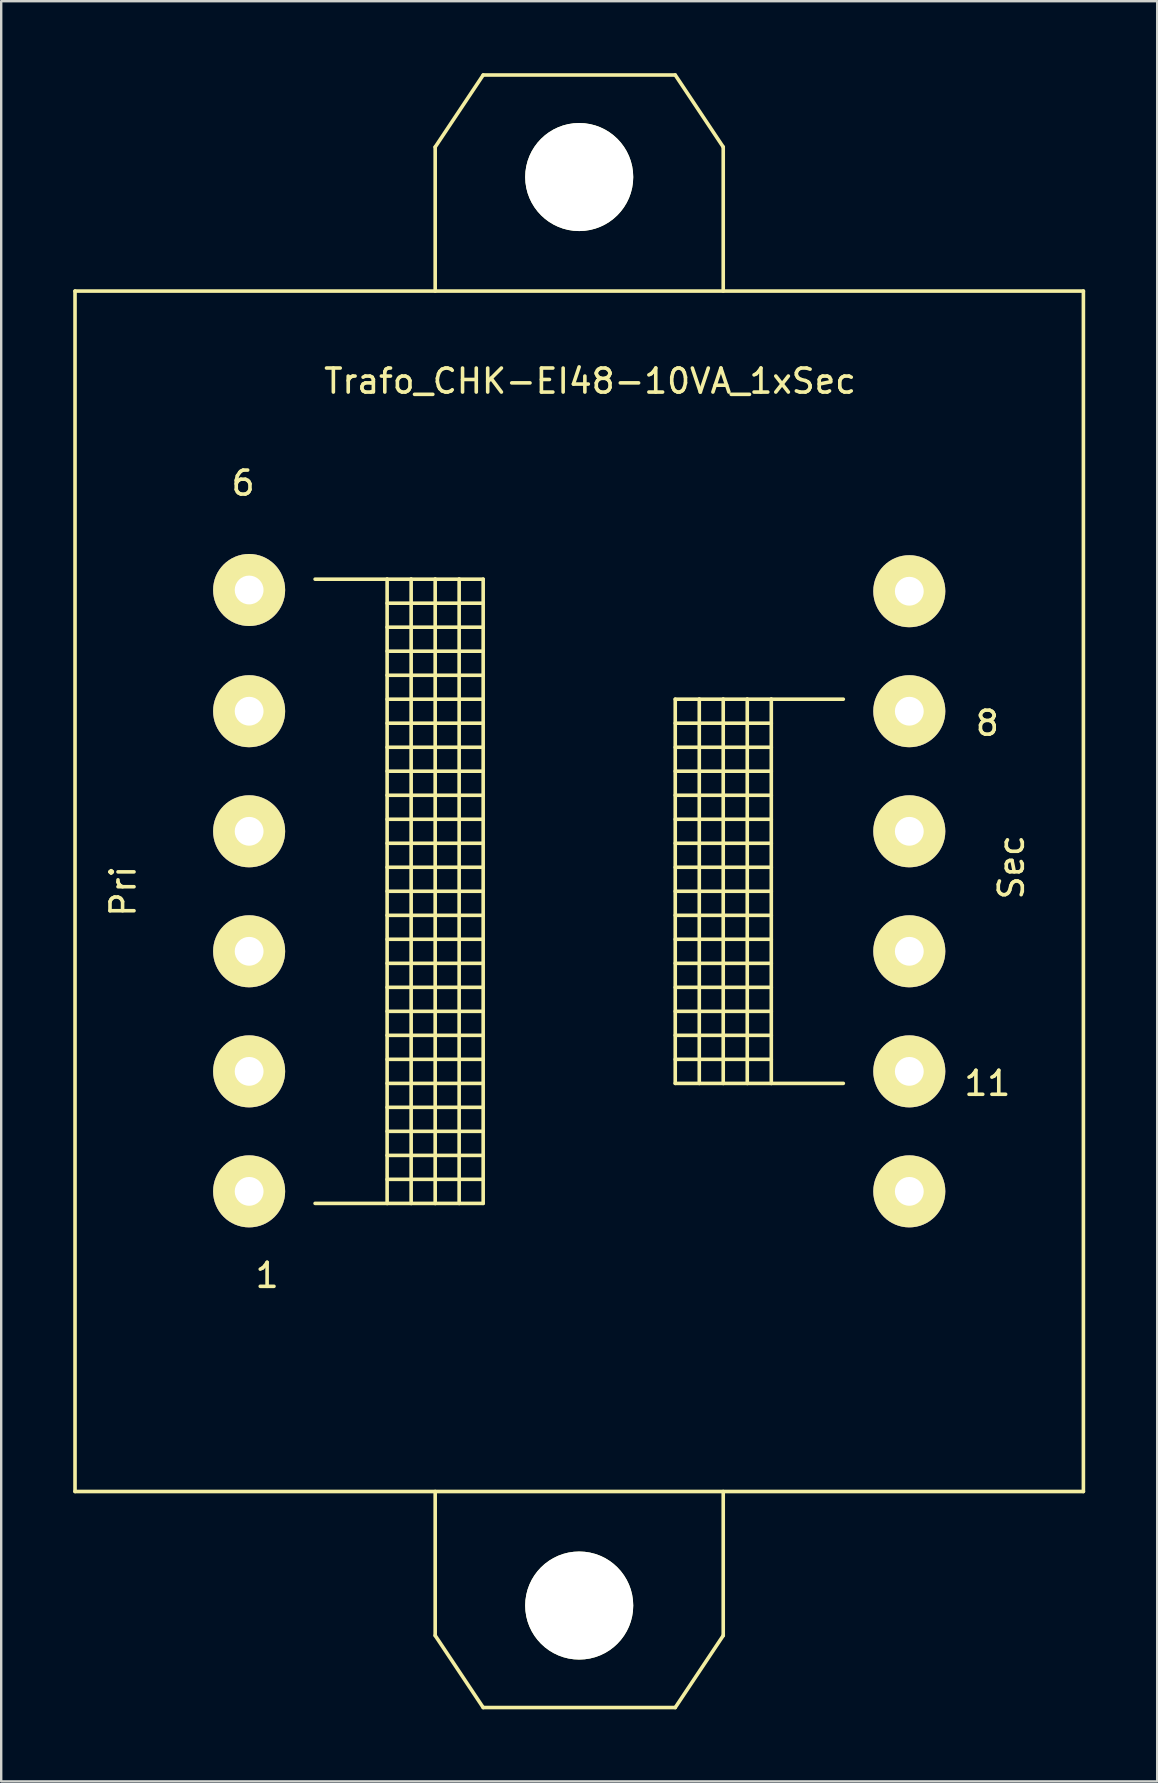
<source format=kicad_pcb>
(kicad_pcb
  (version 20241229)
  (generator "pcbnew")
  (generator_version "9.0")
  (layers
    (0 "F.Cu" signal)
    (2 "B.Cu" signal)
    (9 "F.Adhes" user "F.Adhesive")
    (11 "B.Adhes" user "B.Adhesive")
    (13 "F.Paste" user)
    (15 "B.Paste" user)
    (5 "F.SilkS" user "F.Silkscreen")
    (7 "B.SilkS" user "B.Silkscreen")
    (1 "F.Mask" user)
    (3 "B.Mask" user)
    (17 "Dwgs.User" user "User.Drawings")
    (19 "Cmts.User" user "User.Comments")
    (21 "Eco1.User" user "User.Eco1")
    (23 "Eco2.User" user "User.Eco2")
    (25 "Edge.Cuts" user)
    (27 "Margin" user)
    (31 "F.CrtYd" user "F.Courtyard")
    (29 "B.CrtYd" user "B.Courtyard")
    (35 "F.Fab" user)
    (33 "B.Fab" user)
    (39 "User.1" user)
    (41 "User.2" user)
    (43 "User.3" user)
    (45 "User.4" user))
  (footprint "Trafo_CHK-EI48-10VA_1xSec"
    (layer "F.Cu")
    (at 21.076 34.075)
    (property "Reference" "Trafo_CHK-EI48-10VA_1xSec" (at 0.45 -21.25 0) (layer "F.SilkS") (effects (font (size 1 1) (thickness 0.15))))
    (attr through_hole)
    (fp_line (start -21.001 -25.001) (end -21.001 25.001) (stroke (width 0.15) (type solid)) (layer "F.SilkS"))
    (fp_line (start -21.001 25.001) (end 21.001 25.001) (stroke (width 0.15) (type solid)) (layer "F.SilkS"))
    (fp_line (start -11.001 13) (end -8.001 13) (stroke (width 0.15) (type solid)) (layer "F.SilkS"))
    (fp_line (start -8.001 -13) (end -11.001 -13) (stroke (width 0.15) (type solid)) (layer "F.SilkS"))
    (fp_line (start -8.001 -13) (end -7 -13) (stroke (width 0.15) (type solid)) (layer "F.SilkS"))
    (fp_line (start -8.001 -11.999) (end -4 -11.999) (stroke (width 0.15) (type solid)) (layer "F.SilkS"))
    (fp_line (start -8.001 -11.001) (end -4 -11.001) (stroke (width 0.15) (type solid)) (layer "F.SilkS"))
    (fp_line (start -8.001 -10) (end -4 -10) (stroke (width 0.15) (type solid)) (layer "F.SilkS"))
    (fp_line (start -8.001 -8.999) (end -4 -8.999) (stroke (width 0.15) (type solid)) (layer "F.SilkS"))
    (fp_line (start -8.001 -8.001) (end -4 -8.001) (stroke (width 0.15) (type solid)) (layer "F.SilkS"))
    (fp_line (start -8.001 -7) (end -4 -7) (stroke (width 0.15) (type solid)) (layer "F.SilkS"))
    (fp_line (start -8.001 -5.999) (end -4 -5.999) (stroke (width 0.15) (type solid)) (layer "F.SilkS"))
    (fp_line (start -8.001 -5.001) (end -4 -5.001) (stroke (width 0.15) (type solid)) (layer "F.SilkS"))
    (fp_line (start -8.001 -4) (end -4 -4) (stroke (width 0.15) (type solid)) (layer "F.SilkS"))
    (fp_line (start -8.001 -3) (end -4 -3) (stroke (width 0.15) (type solid)) (layer "F.SilkS"))
    (fp_line (start -8.001 -1.999) (end -4 -1.999) (stroke (width 0.15) (type solid)) (layer "F.SilkS"))
    (fp_line (start -8.001 -1.001) (end -4 -1.001) (stroke (width 0.15) (type solid)) (layer "F.SilkS"))
    (fp_line (start -8.001 0) (end -4 0) (stroke (width 0.15) (type solid)) (layer "F.SilkS"))
    (fp_line (start -8.001 1.001) (end -4 1.001) (stroke (width 0.15) (type solid)) (layer "F.SilkS"))
    (fp_line (start -8.001 1.999) (end -4 1.999) (stroke (width 0.15) (type solid)) (layer "F.SilkS"))
    (fp_line (start -8.001 3) (end -4 3) (stroke (width 0.15) (type solid)) (layer "F.SilkS"))
    (fp_line (start -8.001 4) (end -4 4) (stroke (width 0.15) (type solid)) (layer "F.SilkS"))
    (fp_line (start -8.001 5.001) (end -4 5.001) (stroke (width 0.15) (type solid)) (layer "F.SilkS"))
    (fp_line (start -8.001 7) (end -4 7) (stroke (width 0.15) (type solid)) (layer "F.SilkS"))
    (fp_line (start -8.001 8.001) (end -4 8.001) (stroke (width 0.15) (type solid)) (layer "F.SilkS"))
    (fp_line (start -8.001 8.999) (end -4 8.999) (stroke (width 0.15) (type solid)) (layer "F.SilkS"))
    (fp_line (start -8.001 10) (end -4 10) (stroke (width 0.15) (type solid)) (layer "F.SilkS"))
    (fp_line (start -8.001 11.999) (end -4 11.999) (stroke (width 0.15) (type solid)) (layer "F.SilkS"))
    (fp_line (start -8.001 13) (end -8.001 -13) (stroke (width 0.15) (type solid)) (layer "F.SilkS"))
    (fp_line (start -7 -13) (end -7 13) (stroke (width 0.15) (type solid)) (layer "F.SilkS"))
    (fp_line (start -7 -13) (end -5.999 -13) (stroke (width 0.15) (type solid)) (layer "F.SilkS"))
    (fp_line (start -7 5.999) (end -8.001 5.999) (stroke (width 0.15) (type solid)) (layer "F.SilkS"))
    (fp_line (start -7 5.999) (end -4 5.999) (stroke (width 0.15) (type solid)) (layer "F.SilkS"))
    (fp_line (start -7 11.001) (end -8.001 11.001) (stroke (width 0.15) (type solid)) (layer "F.SilkS"))
    (fp_line (start -7 11.001) (end -4 11.001) (stroke (width 0.15) (type solid)) (layer "F.SilkS"))
    (fp_line (start -7 13) (end -8.001 13) (stroke (width 0.15) (type solid)) (layer "F.SilkS"))
    (fp_line (start -5.999 -31.001) (end -5.999 -25.001) (stroke (width 0.15) (type solid)) (layer "F.SilkS"))
    (fp_line (start -5.999 -13) (end -5.999 13) (stroke (width 0.15) (type solid)) (layer "F.SilkS"))
    (fp_line (start -5.999 -13) (end -5.001 -13) (stroke (width 0.15) (type solid)) (layer "F.SilkS"))
    (fp_line (start -5.999 13) (end -7 13) (stroke (width 0.15) (type solid)) (layer "F.SilkS"))
    (fp_line (start -5.999 31.001) (end -5.999 25.001) (stroke (width 0.15) (type solid)) (layer "F.SilkS"))
    (fp_line (start -5.001 -13) (end -5.001 13) (stroke (width 0.15) (type solid)) (layer "F.SilkS"))
    (fp_line (start -5.001 -13) (end -4 -13) (stroke (width 0.15) (type solid)) (layer "F.SilkS"))
    (fp_line (start -5.001 13) (end -5.999 13) (stroke (width 0.15) (type solid)) (layer "F.SilkS"))
    (fp_line (start -4 -34) (end -5.999 -31.001) (stroke (width 0.15) (type solid)) (layer "F.SilkS"))
    (fp_line (start -4 -13) (end -4 13) (stroke (width 0.15) (type solid)) (layer "F.SilkS"))
    (fp_line (start -4 13) (end -5.001 13) (stroke (width 0.15) (type solid)) (layer "F.SilkS"))
    (fp_line (start -4 34) (end -5.999 31.001) (stroke (width 0.15) (type solid)) (layer "F.SilkS"))
    (fp_line (start 4 -34) (end -4 -34) (stroke (width 0.15) (type solid)) (layer "F.SilkS"))
    (fp_line (start 4 -8.001) (end 4 8.001) (stroke (width 0.15) (type solid)) (layer "F.SilkS"))
    (fp_line (start 4 -7) (end 8.001 -7) (stroke (width 0.15) (type solid)) (layer "F.SilkS"))
    (fp_line (start 4 -5.999) (end 8.001 -5.999) (stroke (width 0.15) (type solid)) (layer "F.SilkS"))
    (fp_line (start 4 -5.001) (end 8.001 -5.001) (stroke (width 0.15) (type solid)) (layer "F.SilkS"))
    (fp_line (start 4 -4) (end 8.001 -4) (stroke (width 0.15) (type solid)) (layer "F.SilkS"))
    (fp_line (start 4 -3) (end 8.001 -3) (stroke (width 0.15) (type solid)) (layer "F.SilkS"))
    (fp_line (start 4 -1.001) (end 8.001 -1.001) (stroke (width 0.15) (type solid)) (layer "F.SilkS"))
    (fp_line (start 4 0) (end 8.001 0) (stroke (width 0.15) (type solid)) (layer "F.SilkS"))
    (fp_line (start 4 1.001) (end 8.001 1.001) (stroke (width 0.15) (type solid)) (layer "F.SilkS"))
    (fp_line (start 4 1.999) (end 8.001 1.999) (stroke (width 0.15) (type solid)) (layer "F.SilkS"))
    (fp_line (start 4 3) (end 8.001 3) (stroke (width 0.15) (type solid)) (layer "F.SilkS"))
    (fp_line (start 4 4) (end 8.001 4) (stroke (width 0.15) (type solid)) (layer "F.SilkS"))
    (fp_line (start 4 5.001) (end 8.001 5.001) (stroke (width 0.15) (type solid)) (layer "F.SilkS"))
    (fp_line (start 4 5.999) (end 8.001 5.999) (stroke (width 0.15) (type solid)) (layer "F.SilkS"))
    (fp_line (start 4 7) (end 8.001 7) (stroke (width 0.15) (type solid)) (layer "F.SilkS"))
    (fp_line (start 4 8.001) (end 5.001 8.001) (stroke (width 0.15) (type solid)) (layer "F.SilkS"))
    (fp_line (start 4 34) (end -4 34) (stroke (width 0.15) (type solid)) (layer "F.SilkS"))
    (fp_line (start 5.001 -8.001) (end 4 -8.001) (stroke (width 0.15) (type solid)) (layer "F.SilkS"))
    (fp_line (start 5.001 -8.001) (end 5.001 8.001) (stroke (width 0.15) (type solid)) (layer "F.SilkS"))
    (fp_line (start 5.001 -1.999) (end 4 -1.999) (stroke (width 0.15) (type solid)) (layer "F.SilkS"))
    (fp_line (start 5.001 -1.999) (end 8.001 -1.999) (stroke (width 0.15) (type solid)) (layer "F.SilkS"))
    (fp_line (start 5.001 8.001) (end 5.999 8.001) (stroke (width 0.15) (type solid)) (layer "F.SilkS"))
    (fp_line (start 5.999 -31.001) (end 4 -34) (stroke (width 0.15) (type solid)) (layer "F.SilkS"))
    (fp_line (start 5.999 -25.001) (end 5.999 -31.001) (stroke (width 0.15) (type solid)) (layer "F.SilkS"))
    (fp_line (start 5.999 -8.001) (end 5.001 -8.001) (stroke (width 0.15) (type solid)) (layer "F.SilkS"))
    (fp_line (start 5.999 -8.001) (end 5.999 8.001) (stroke (width 0.15) (type solid)) (layer "F.SilkS"))
    (fp_line (start 5.999 25.001) (end 5.999 31.001) (stroke (width 0.15) (type solid)) (layer "F.SilkS"))
    (fp_line (start 5.999 31.001) (end 4 34) (stroke (width 0.15) (type solid)) (layer "F.SilkS"))
    (fp_line (start 7 -8.001) (end 5.999 -8.001) (stroke (width 0.15) (type solid)) (layer "F.SilkS"))
    (fp_line (start 7 -8.001) (end 7 8.001) (stroke (width 0.15) (type solid)) (layer "F.SilkS"))
    (fp_line (start 7 8.001) (end 5.999 8.001) (stroke (width 0.15) (type solid)) (layer "F.SilkS"))
    (fp_line (start 7 8.001) (end 8.001 8.001) (stroke (width 0.15) (type solid)) (layer "F.SilkS"))
    (fp_line (start 8.001 -8.001) (end 7 -8.001) (stroke (width 0.15) (type solid)) (layer "F.SilkS"))
    (fp_line (start 8.001 -8.001) (end 8.001 8.001) (stroke (width 0.15) (type solid)) (layer "F.SilkS"))
    (fp_line (start 8.001 8.001) (end 11.001 8.001) (stroke (width 0.15) (type solid)) (layer "F.SilkS"))
    (fp_line (start 11.001 -8.001) (end 8.001 -8.001) (stroke (width 0.15) (type solid)) (layer "F.SilkS"))
    (fp_line (start 21.001 -25.001) (end -21.001 -25.001) (stroke (width 0.15) (type solid)) (layer "F.SilkS"))
    (fp_line (start 21.001 25.001) (end 21.001 -25.001) (stroke (width 0.15) (type solid)) (layer "F.SilkS"))
    (fp_text user "1" (at -13 15.999 0) (layer "F.SilkS") (effects (font (size 1 1) (thickness 0.15))))
    (fp_text user "Sec" (at 18.001 -1.001 90) (layer "F.SilkS") (effects (font (size 1 1) (thickness 0.15))))
    (fp_text user "11" (at 17 8.001 0) (layer "F.SilkS") (effects (font (size 1 1) (thickness 0.15))))
    (fp_text user "Pri" (at -18.999 0 90) (layer "F.SilkS") (effects (font (size 1 1) (thickness 0.15))))
    (fp_text user "8" (at 17 -7 0) (layer "F.SilkS") (effects (font (size 1 1) (thickness 0.15))))
    (fp_text user "6" (at -14 -17 0) (layer "F.SilkS") (effects (font (size 1 1) (thickness 0.15))))
    (pad "" np_thru_hole circle (at 0 -29.751) (size 4.501 4.501) (drill 4.501) (layers "*.Cu" "*.Mask" "F.SilkS"))
    (pad "" np_thru_hole circle (at 0 29.751) (size 4.501 4.501) (drill 4.501) (layers "*.Cu" "*.Mask" "F.SilkS"))
    (pad "1" thru_hole circle (at -13.749 12.499) (size 3 3) (drill 1.199) (layers "*.Cu" "*.Mask" "F.SilkS"))
    (pad "2" thru_hole circle (at -13.749 7.501) (size 3 3) (drill 1.199) (layers "*.Cu" "*.Mask" "F.SilkS"))
    (pad "3" thru_hole circle (at -13.749 2.499) (size 3 3) (drill 1.199) (layers "*.Cu" "*.Mask" "F.SilkS"))
    (pad "4" thru_hole circle (at -13.749 -2.499) (size 3 3) (drill 1.199) (layers "*.Cu" "*.Mask" "F.SilkS"))
    (pad "5" thru_hole circle (at -13.749 -7.501) (size 3 3) (drill 1.199) (layers "*.Cu" "*.Mask" "F.SilkS"))
    (pad "6" thru_hole circle (at -13.749 -12.55) (size 3 3) (drill 1.199) (layers "*.Cu" "*.Mask" "F.SilkS"))
    (pad "7" thru_hole circle (at 13.749 -12.499) (size 3 3) (drill 1.199) (layers "*.Cu" "*.Mask" "F.SilkS"))
    (pad "8" thru_hole circle (at 13.749 -7.501) (size 3 3) (drill 1.199) (layers "*.Cu" "*.Mask" "F.SilkS"))
    (pad "9" thru_hole circle (at 13.749 -2.499) (size 3 3) (drill 1.199) (layers "*.Cu" "*.Mask" "F.SilkS"))
    (pad "10" thru_hole circle (at 13.749 2.499) (size 3 3) (drill 1.199) (layers "*.Cu" "*.Mask" "F.SilkS"))
    (pad "11" thru_hole circle (at 13.749 7.501) (size 3 3) (drill 1.199) (layers "*.Cu" "*.Mask" "F.SilkS"))
    (pad "12" thru_hole circle (at 13.749 12.499) (size 3 3) (drill 1.199) (layers "*.Cu" "*.Mask" "F.SilkS")))
  (gr_rect
    (start -3 -3)
    (end 45.151 71.151)
    (stroke (width 0.1) (type default))
    (fill no)
    (layer "Edge.Cuts")))
</source>
